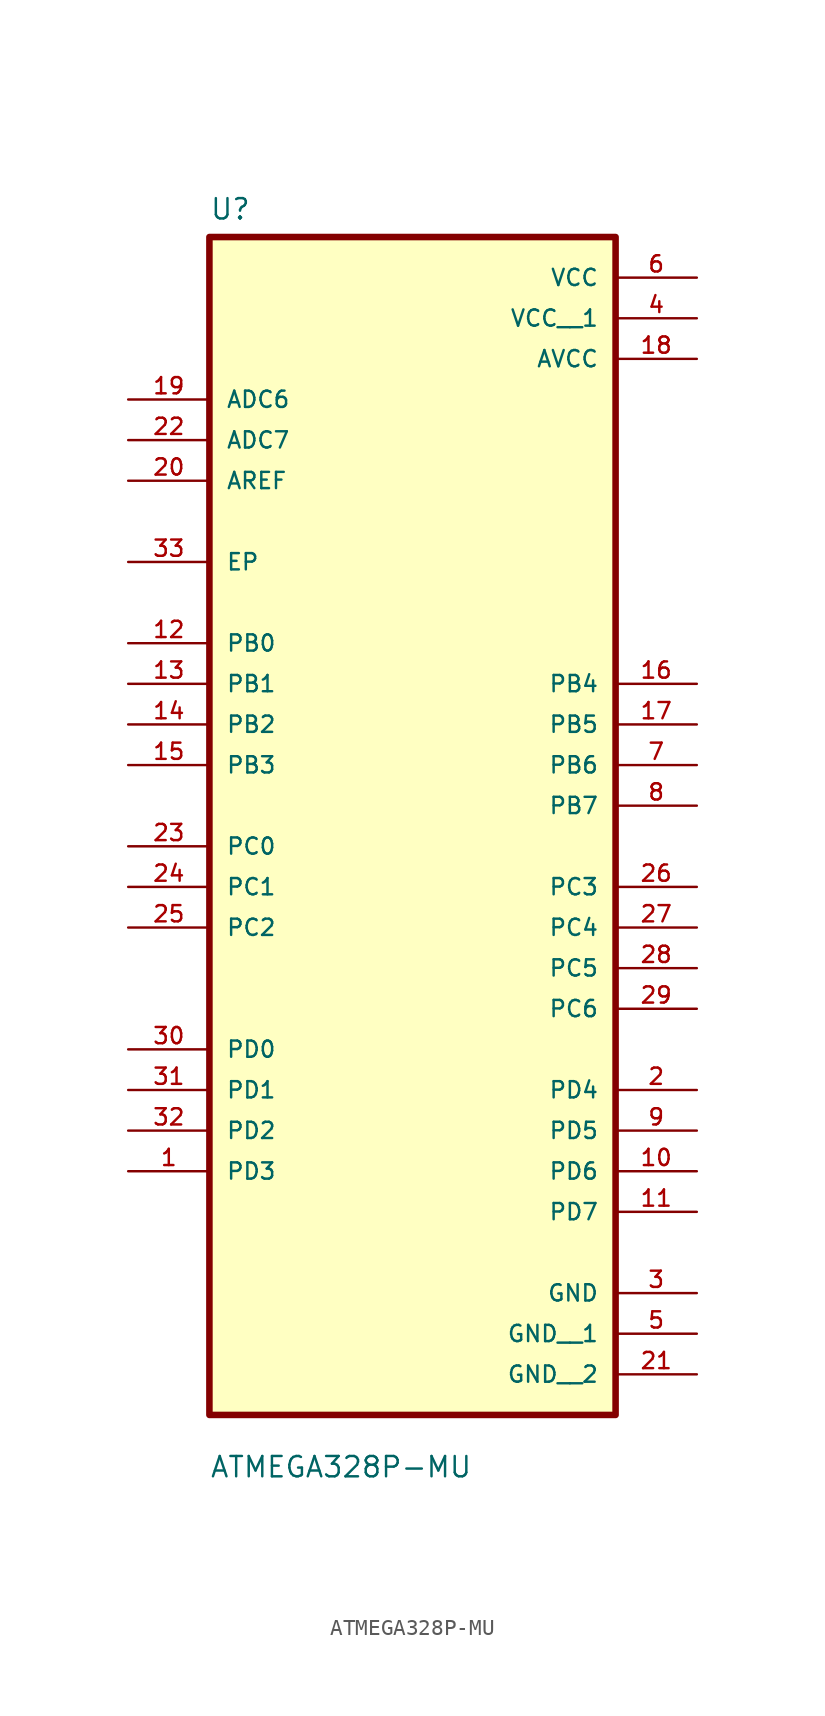
<source format=kicad_sym>
(kicad_symbol_lib
  (version 20211014)
  (generator kicad_symbol_editor)
  (symbol "ATMEGA328P-MU"
    (pin_names
      (offset 1.016))
    (property "Reference" "U"
      (at -12.7 34.02 0.0)
      (effects (font (size 1.27 1.27)) (justify bottom left)))
    (property "Value" "ATMEGA328P-MU"
      (at -12.7 -44.64 0.0)
      (effects (font (size 1.27 1.27)) (justify bottom left)))
    (symbol "ATMEGA328P-MU_0_0"
      (rectangle (start -12.7 -40.64) (end 12.7 33.02) (stroke (width 0.41)) (fill (type background)))
      (pin input line (at -17.78 22.86 0) (length 5.08) (name "ADC6" (effects (font (size 1.016 1.016)))) (number "19" (effects (font (size 1.016 1.016)))))
      (pin input line (at -17.78 20.32 0) (length 5.08) (name "ADC7" (effects (font (size 1.016 1.016)))) (number "22" (effects (font (size 1.016 1.016)))))
      (pin input line (at -17.78 17.78 0) (length 5.08) (name "AREF" (effects (font (size 1.016 1.016)))) (number "20" (effects (font (size 1.016 1.016)))))
      (pin bidirectional line (at -17.78 12.7 0) (length 5.08) (name "EP" (effects (font (size 1.016 1.016)))) (number "33" (effects (font (size 1.016 1.016)))))
      (pin bidirectional line (at -17.78 7.62 0) (length 5.08) (name "PB0" (effects (font (size 1.016 1.016)))) (number "12" (effects (font (size 1.016 1.016)))))
      (pin bidirectional line (at -17.78 5.08 0) (length 5.08) (name "PB1" (effects (font (size 1.016 1.016)))) (number "13" (effects (font (size 1.016 1.016)))))
      (pin bidirectional line (at -17.78 2.54 0) (length 5.08) (name "PB2" (effects (font (size 1.016 1.016)))) (number "14" (effects (font (size 1.016 1.016)))))
      (pin bidirectional line (at -17.78 1.06581e-14 0) (length 5.08) (name "PB3" (effects (font (size 1.016 1.016)))) (number "15" (effects (font (size 1.016 1.016)))))
      (pin bidirectional line (at -17.78 -5.08 0) (length 5.08) (name "PC0" (effects (font (size 1.016 1.016)))) (number "23" (effects (font (size 1.016 1.016)))))
      (pin bidirectional line (at -17.78 -7.62 0) (length 5.08) (name "PC1" (effects (font (size 1.016 1.016)))) (number "24" (effects (font (size 1.016 1.016)))))
      (pin bidirectional line (at -17.78 -10.16 0) (length 5.08) (name "PC2" (effects (font (size 1.016 1.016)))) (number "25" (effects (font (size 1.016 1.016)))))
      (pin bidirectional line (at -17.78 -17.78 0) (length 5.08) (name "PD0" (effects (font (size 1.016 1.016)))) (number "30" (effects (font (size 1.016 1.016)))))
      (pin bidirectional line (at -17.78 -20.32 0) (length 5.08) (name "PD1" (effects (font (size 1.016 1.016)))) (number "31" (effects (font (size 1.016 1.016)))))
      (pin bidirectional line (at -17.78 -22.86 0) (length 5.08) (name "PD2" (effects (font (size 1.016 1.016)))) (number "32" (effects (font (size 1.016 1.016)))))
      (pin bidirectional line (at -17.78 -25.4 0) (length 5.08) (name "PD3" (effects (font (size 1.016 1.016)))) (number "1" (effects (font (size 1.016 1.016)))))
      (pin power_in line (at 17.78 30.48 180.0) (length 5.08) (name "VCC" (effects (font (size 1.016 1.016)))) (number "6" (effects (font (size 1.016 1.016)))))
      (pin power_in line (at 17.78 25.4 180.0) (length 5.08) (name "AVCC" (effects (font (size 1.016 1.016)))) (number "18" (effects (font (size 1.016 1.016)))))
      (pin bidirectional line (at 17.78 5.08 180.0) (length 5.08) (name "PB4" (effects (font (size 1.016 1.016)))) (number "16" (effects (font (size 1.016 1.016)))))
      (pin bidirectional line (at 17.78 2.54 180.0) (length 5.08) (name "PB5" (effects (font (size 1.016 1.016)))) (number "17" (effects (font (size 1.016 1.016)))))
      (pin bidirectional line (at 17.78 0.0 180.0) (length 5.08) (name "PB6" (effects (font (size 1.016 1.016)))) (number "7" (effects (font (size 1.016 1.016)))))
      (pin bidirectional line (at 17.78 -2.54 180.0) (length 5.08) (name "PB7" (effects (font (size 1.016 1.016)))) (number "8" (effects (font (size 1.016 1.016)))))
      (pin bidirectional line (at 17.78 -7.62 180.0) (length 5.08) (name "PC3" (effects (font (size 1.016 1.016)))) (number "26" (effects (font (size 1.016 1.016)))))
      (pin bidirectional line (at 17.78 -10.16 180.0) (length 5.08) (name "PC4" (effects (font (size 1.016 1.016)))) (number "27" (effects (font (size 1.016 1.016)))))
      (pin bidirectional line (at 17.78 -12.7 180.0) (length 5.08) (name "PC5" (effects (font (size 1.016 1.016)))) (number "28" (effects (font (size 1.016 1.016)))))
      (pin bidirectional line (at 17.78 -15.24 180.0) (length 5.08) (name "PC6" (effects (font (size 1.016 1.016)))) (number "29" (effects (font (size 1.016 1.016)))))
      (pin bidirectional line (at 17.78 -20.32 180.0) (length 5.08) (name "PD4" (effects (font (size 1.016 1.016)))) (number "2" (effects (font (size 1.016 1.016)))))
      (pin bidirectional line (at 17.78 -22.86 180.0) (length 5.08) (name "PD5" (effects (font (size 1.016 1.016)))) (number "9" (effects (font (size 1.016 1.016)))))
      (pin bidirectional line (at 17.78 -25.4 180.0) (length 5.08) (name "PD6" (effects (font (size 1.016 1.016)))) (number "10" (effects (font (size 1.016 1.016)))))
      (pin bidirectional line (at 17.78 -27.94 180.0) (length 5.08) (name "PD7" (effects (font (size 1.016 1.016)))) (number "11" (effects (font (size 1.016 1.016)))))
      (pin power_in line (at 17.78 -33.02 180.0) (length 5.08) (name "GND" (effects (font (size 1.016 1.016)))) (number "3" (effects (font (size 1.016 1.016)))))
      (pin power_in line (at 17.78 27.94 180.0) (length 5.08) (name "VCC__1" (effects (font (size 1.016 1.016)))) (number "4" (effects (font (size 1.016 1.016)))))
      (pin power_in line (at 17.78 -35.56 180.0) (length 5.08) (name "GND__1" (effects (font (size 1.016 1.016)))) (number "5" (effects (font (size 1.016 1.016)))))
      (pin power_in line (at 17.78 -38.1 180.0) (length 5.08) (name "GND__2" (effects (font (size 1.016 1.016)))) (number "21" (effects (font (size 1.016 1.016))))))))
</source>
